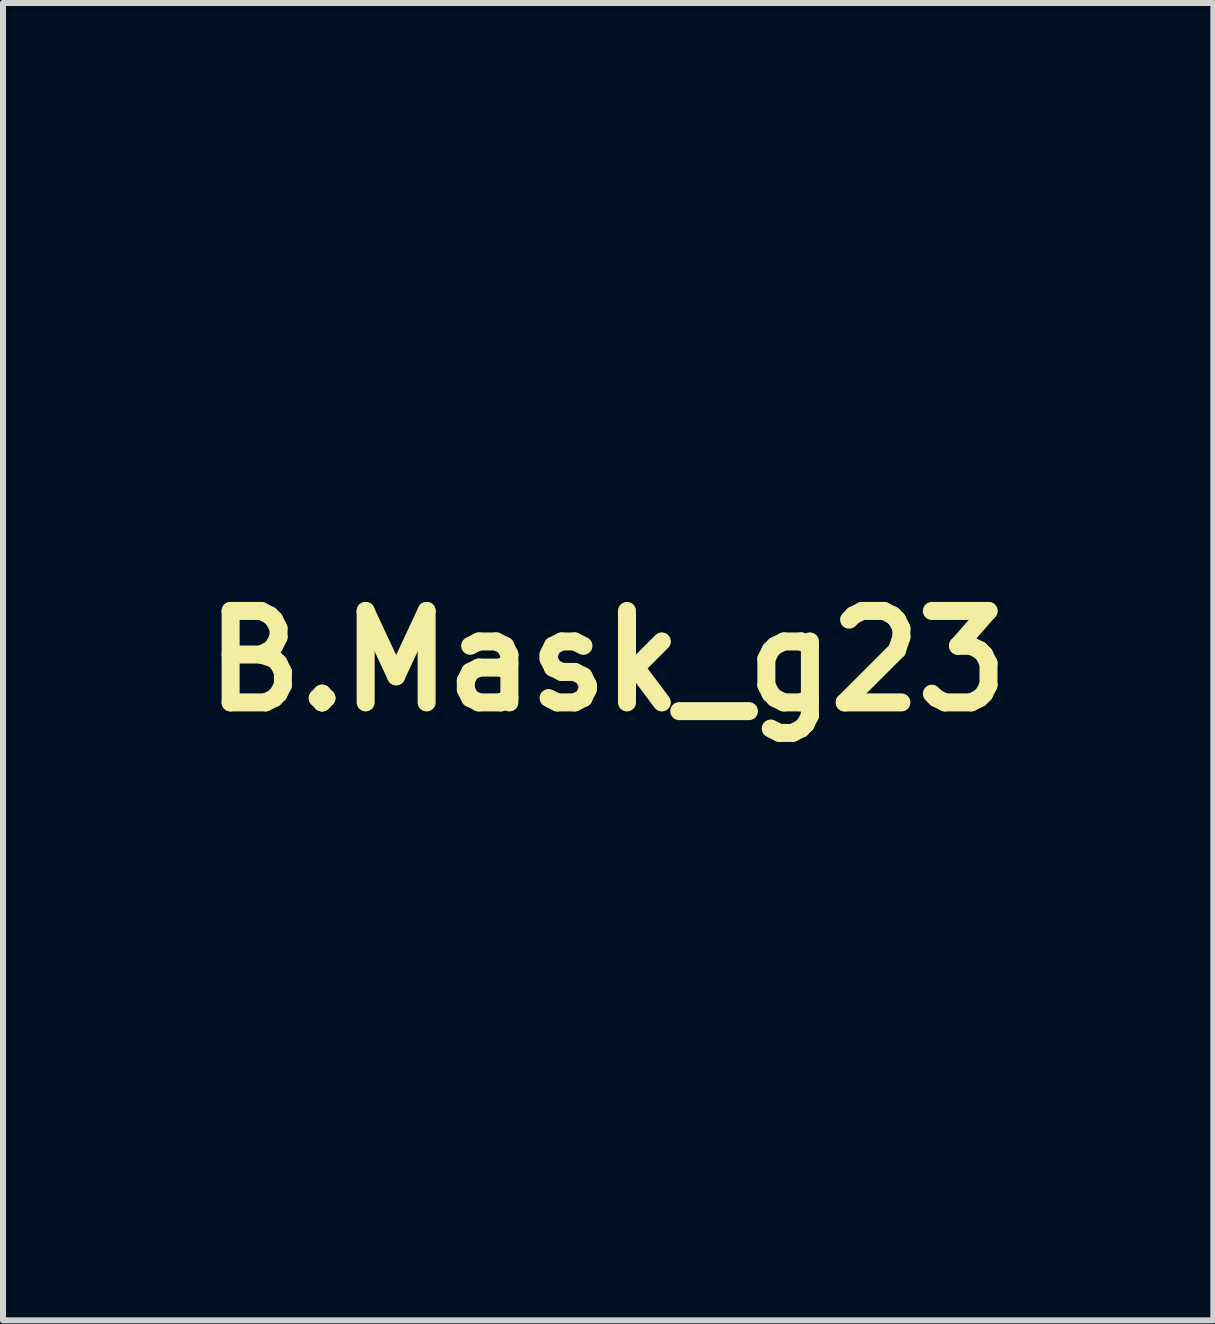
<source format=kicad_pcb>
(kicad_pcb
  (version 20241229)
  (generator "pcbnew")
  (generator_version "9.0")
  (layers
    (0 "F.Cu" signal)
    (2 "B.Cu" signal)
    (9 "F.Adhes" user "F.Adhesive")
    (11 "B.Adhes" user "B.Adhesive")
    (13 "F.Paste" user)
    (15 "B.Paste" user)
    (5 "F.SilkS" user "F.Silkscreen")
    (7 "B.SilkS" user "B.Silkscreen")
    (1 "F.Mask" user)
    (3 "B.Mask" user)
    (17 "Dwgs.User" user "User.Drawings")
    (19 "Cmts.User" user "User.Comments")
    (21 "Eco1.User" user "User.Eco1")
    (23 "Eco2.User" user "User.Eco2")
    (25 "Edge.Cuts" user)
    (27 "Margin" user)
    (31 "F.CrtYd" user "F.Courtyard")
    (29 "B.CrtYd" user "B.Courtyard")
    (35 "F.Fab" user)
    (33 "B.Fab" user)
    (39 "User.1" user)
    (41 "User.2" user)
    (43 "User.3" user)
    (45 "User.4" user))
  (footprint "B.Mask_g23"
    (layer "F.Cu")
    (at 7.07 7.964)
    (property "Reference" "B.Mask_g23" (at 0 0 0) (layer "F.SilkS") (effects (font (size 1.524 1.524) (thickness 0.3))))
    (attr through_hole)
    (fp_poly (pts (xy 1.224 -2.056) (xy 1.277 -2.01) (xy 1.306 -1.947) (xy 1.305 -1.878) (xy 1.281 -1.83) (xy 1.27 -1.807) (xy 1.262 -1.769) (xy 1.256 -1.71) (xy 1.252 -1.625) (xy 1.25 -1.509) (xy 1.25 -1.355) (xy 1.25 -1.354) (xy 1.249 -0.919) (xy 1.361 -0.809) (xy 1.431 -0.746) (xy 1.489 -0.708) (xy 1.52 -0.699) (xy 1.576 -0.68) (xy 1.629 -0.635) (xy 1.665 -0.577) (xy 1.672 -0.54) (xy 1.653 -0.477) (xy 1.606 -0.422) (xy 1.544 -0.387) (xy 1.508 -0.381) (xy 1.447 -0.395) (xy 1.401 -0.424) (xy 1.367 -0.472) (xy 1.355 -0.518) (xy 1.348 -0.539) (xy 1.441 -0.539) (xy 1.46 -0.505) (xy 1.503 -0.487) (xy 1.514 -0.487) (xy 1.554 -0.494) (xy 1.564 -0.521) (xy 1.563 -0.534) (xy 1.54 -0.575) (xy 1.499 -0.591) (xy 1.458 -0.577) (xy 1.455 -0.575) (xy 1.441 -0.539) (xy 1.348 -0.539) (xy 1.342 -0.557) (xy 1.302 -0.609) (xy 1.231 -0.68) (xy 1.206 -0.701) (xy 1.058 -0.834) (xy 1.058 -1.314) (xy 1.058 -1.473) (xy 1.057 -1.595) (xy 1.054 -1.684) (xy 1.049 -1.747) (xy 1.043 -1.787) (xy 1.034 -1.811) (xy 1.027 -1.82) (xy 1.004 -1.859) (xy 0.998 -1.894) (xy 1.094 -1.894) (xy 1.128 -1.866) (xy 1.156 -1.863) (xy 1.195 -1.872) (xy 1.206 -1.908) (xy 1.206 -1.916) (xy 1.198 -1.956) (xy 1.163 -1.968) (xy 1.155 -1.968) (xy 1.113 -1.959) (xy 1.095 -1.942) (xy 1.094 -1.894) (xy 0.998 -1.894) (xy 0.995 -1.915) (xy 0.995 -1.917) (xy 1.014 -1.986) (xy 1.063 -2.041) (xy 1.129 -2.072) (xy 1.154 -2.074) (xy 1.224 -2.056)) (stroke (width 0.01) (type solid)) (fill yes) (layer "B.Mask"))
    (fp_poly (pts (xy 0.802 -2.053) (xy 0.852 -2.011) (xy 0.882 -1.954) (xy 0.886 -1.89) (xy 0.858 -1.83) (xy 0.847 -1.808) (xy 0.839 -1.771) (xy 0.834 -1.715) (xy 0.83 -1.632) (xy 0.828 -1.519) (xy 0.828 -1.37) (xy 0.828 -1.344) (xy 0.83 -0.9) (xy 1.155 -0.587) (xy 1.28 -0.47) (xy 1.378 -0.382) (xy 1.451 -0.321) (xy 1.501 -0.286) (xy 1.531 -0.275) (xy 1.587 -0.257) (xy 1.638 -0.211) (xy 1.668 -0.152) (xy 1.672 -0.124) (xy 1.654 -0.06) (xy 1.606 -0.011) (xy 1.542 0.018) (xy 1.472 0.023) (xy 1.409 -0.000198) (xy 1.39 -0.018) (xy 1.362 -0.066) (xy 1.355 -0.1) (xy 1.339 -0.131) (xy 1.444 -0.131) (xy 1.456 -0.101) (xy 1.46 -0.095) (xy 1.502 -0.069) (xy 1.54 -0.079) (xy 1.562 -0.121) (xy 1.563 -0.122) (xy 1.554 -0.166) (xy 1.521 -0.186) (xy 1.479 -0.174) (xy 1.466 -0.163) (xy 1.444 -0.131) (xy 1.339 -0.131) (xy 1.339 -0.132) (xy 1.291 -0.191) (xy 1.212 -0.276) (xy 1.103 -0.387) (xy 0.995 -0.493) (xy 0.635 -0.842) (xy 0.635 -1.318) (xy 0.635 -1.476) (xy 0.633 -1.597) (xy 0.63 -1.686) (xy 0.626 -1.748) (xy 0.619 -1.788) (xy 0.611 -1.812) (xy 0.603 -1.82) (xy 0.577 -1.866) (xy 0.574 -1.921) (xy 0.665 -1.921) (xy 0.669 -1.897) (xy 0.697 -1.869) (xy 0.736 -1.869) (xy 0.769 -1.893) (xy 0.779 -1.918) (xy 0.769 -1.96) (xy 0.735 -1.981) (xy 0.694 -1.971) (xy 0.683 -1.962) (xy 0.665 -1.921) (xy 0.574 -1.921) (xy 0.573 -1.93) (xy 0.589 -1.994) (xy 0.614 -2.032) (xy 0.675 -2.07) (xy 0.741 -2.075) (xy 0.802 -2.053)) (stroke (width 0.01) (type solid)) (fill yes) (layer "B.Mask"))
    (fp_poly (pts (xy -5.008 -7.948) (xy -4.944 -7.909) (xy -4.941 -7.907) (xy -4.899 -7.849) (xy -4.894 -7.792) (xy -4.914 -7.74) (xy -4.933 -7.703) (xy -4.952 -7.683) (xy -4.984 -7.668) (xy -5.028 -7.653) (xy -5.072 -7.628) (xy -5.14 -7.576) (xy -5.233 -7.496) (xy -5.353 -7.387) (xy -5.495 -7.251) (xy -5.884 -6.876) (xy -5.885 0.392) (xy -6.318 0.804) (xy -6.466 0.947) (xy -6.584 1.064) (xy -6.671 1.155) (xy -6.726 1.219) (xy -6.75 1.256) (xy -6.751 1.261) (xy -6.771 1.316) (xy -6.819 1.364) (xy -6.882 1.393) (xy -6.914 1.397) (xy -6.985 1.378) (xy -7.024 1.348) (xy -7.063 1.281) (xy -7.063 1.265) (xy -6.96 1.265) (xy -6.94 1.3) (xy -6.906 1.308) (xy -6.875 1.283) (xy -6.869 1.249) (xy -6.882 1.207) (xy -6.911 1.188) (xy -6.942 1.196) (xy -6.956 1.216) (xy -6.96 1.265) (xy -7.063 1.265) (xy -7.065 1.211) (xy -7.033 1.148) (xy -6.97 1.101) (xy -6.926 1.086) (xy -6.889 1.068) (xy -6.834 1.029) (xy -6.757 0.965) (xy -6.657 0.876) (xy -6.53 0.758) (xy -6.466 0.698) (xy -6.077 0.328) (xy -6.075 -3.313) (xy -6.073 -6.953) (xy -5.645 -7.361) (xy -5.513 -7.488) (xy -5.408 -7.59) (xy -5.33 -7.67) (xy -5.274 -7.731) (xy -5.238 -7.776) (xy -5.222 -7.803) (xy -5.118 -7.803) (xy -5.106 -7.766) (xy -5.067 -7.75) (xy -5.054 -7.751) (xy -5.011 -7.775) (xy -5 -7.803) (xy -5.009 -7.845) (xy -5.043 -7.865) (xy -5.085 -7.855) (xy -5.097 -7.845) (xy -5.118 -7.803) (xy -5.222 -7.803) (xy -5.219 -7.808) (xy -5.214 -7.826) (xy -5.193 -7.891) (xy -5.143 -7.936) (xy -5.078 -7.955) (xy -5.008 -7.948)) (stroke (width 0.01) (type solid)) (fill yes) (layer "B.Mask"))
    (fp_poly (pts (xy -4.119 -7.94) (xy -4.066 -7.89) (xy -4.043 -7.815) (xy -4.043 -7.803) (xy -4.06 -7.729) (xy -4.112 -7.676) (xy -4.18 -7.65) (xy -4.22 -7.628) (xy -4.288 -7.575) (xy -4.384 -7.492) (xy -4.507 -7.379) (xy -4.641 -7.252) (xy -5.038 -6.869) (xy -5.038 0.397) (xy -5.46 0.803) (xy -5.6 0.939) (xy -5.71 1.049) (xy -5.793 1.135) (xy -5.85 1.2) (xy -5.884 1.246) (xy -5.895 1.271) (xy -5.929 1.34) (xy -5.986 1.383) (xy -6.057 1.396) (xy -6.129 1.376) (xy -6.171 1.345) (xy -6.207 1.298) (xy -6.223 1.255) (xy -6.223 1.253) (xy -6.221 1.247) (xy -6.115 1.247) (xy -6.104 1.284) (xy -6.093 1.294) (xy -6.054 1.31) (xy -6.024 1.295) (xy -6.012 1.281) (xy -5.994 1.237) (xy -6.01 1.201) (xy -6.052 1.188) (xy -6.059 1.189) (xy -6.098 1.21) (xy -6.115 1.247) (xy -6.221 1.247) (xy -6.205 1.194) (xy -6.158 1.137) (xy -6.096 1.097) (xy -6.07 1.089) (xy -6.037 1.074) (xy -5.986 1.039) (xy -5.916 0.981) (xy -5.824 0.899) (xy -5.708 0.79) (xy -5.605 0.692) (xy -5.207 0.31) (xy -5.207 -6.958) (xy -4.784 -7.365) (xy -4.644 -7.5) (xy -4.535 -7.609) (xy -4.454 -7.694) (xy -4.399 -7.757) (xy -4.368 -7.799) (xy -4.363 -7.812) (xy -4.255 -7.812) (xy -4.24 -7.764) (xy -4.206 -7.747) (xy -4.163 -7.764) (xy -4.148 -7.78) (xy -4.132 -7.812) (xy -4.151 -7.843) (xy -4.152 -7.844) (xy -4.193 -7.864) (xy -4.233 -7.854) (xy -4.254 -7.82) (xy -4.255 -7.812) (xy -4.363 -7.812) (xy -4.36 -7.819) (xy -4.341 -7.877) (xy -4.293 -7.926) (xy -4.228 -7.955) (xy -4.195 -7.959) (xy -4.119 -7.94)) (stroke (width 0.01) (type solid)) (fill yes) (layer "B.Mask"))
    (fp_poly (pts (xy -1.447 -0.96) (xy -1.386 -0.929) (xy -1.344 -0.879) (xy -1.333 -0.836) (xy -1.324 -0.81) (xy -1.295 -0.769) (xy -1.243 -0.71) (xy -1.166 -0.631) (xy -1.062 -0.528) (xy -0.974 -0.443) (xy -0.614 -0.099) (xy -0.614 0.385) (xy -0.613 0.523) (xy -0.611 0.645) (xy -0.608 0.746) (xy -0.603 0.821) (xy -0.598 0.862) (xy -0.595 0.868) (xy -0.575 0.885) (xy -0.552 0.927) (xy -0.551 0.929) (xy -0.537 0.983) (xy -0.549 1.033) (xy -0.558 1.054) (xy -0.611 1.117) (xy -0.678 1.144) (xy -0.751 1.134) (xy -0.818 1.089) (xy -0.855 1.041) (xy -0.863 0.993) (xy -0.862 0.986) (xy -0.76 0.986) (xy -0.743 1.019) (xy -0.704 1.034) (xy -0.693 1.033) (xy -0.653 1.012) (xy -0.646 0.985) (xy -0.662 0.948) (xy -0.7 0.933) (xy -0.741 0.945) (xy -0.746 0.949) (xy -0.76 0.986) (xy -0.862 0.986) (xy -0.859 0.968) (xy -0.84 0.91) (xy -0.815 0.868) (xy -0.804 0.848) (xy -0.795 0.814) (xy -0.789 0.76) (xy -0.786 0.68) (xy -0.784 0.569) (xy -0.783 0.422) (xy -0.783 0.411) (xy -0.783 -0.011) (xy -1.12 -0.333) (xy -1.248 -0.454) (xy -1.352 -0.548) (xy -1.431 -0.613) (xy -1.483 -0.649) (xy -1.502 -0.656) (xy -1.555 -0.674) (xy -1.607 -0.718) (xy -1.643 -0.774) (xy -1.651 -0.81) (xy -1.541 -0.81) (xy -1.538 -0.774) (xy -1.508 -0.762) (xy -1.495 -0.762) (xy -1.45 -0.769) (xy -1.43 -0.781) (xy -1.426 -0.816) (xy -1.431 -0.835) (xy -1.459 -0.862) (xy -1.497 -0.862) (xy -1.531 -0.837) (xy -1.541 -0.81) (xy -1.651 -0.81) (xy -1.651 -0.812) (xy -1.632 -0.881) (xy -1.581 -0.936) (xy -1.513 -0.965) (xy -1.447 -0.96)) (stroke (width 0.01) (type solid)) (fill yes) (layer "B.Mask"))
    (fp_poly (pts (xy -4.588 -7.953) (xy -4.525 -7.922) (xy -4.512 -7.91) (xy -4.473 -7.843) (xy -4.472 -7.774) (xy -4.504 -7.711) (xy -4.566 -7.664) (xy -4.609 -7.649) (xy -4.643 -7.629) (xy -4.704 -7.582) (xy -4.789 -7.509) (xy -4.894 -7.414) (xy -5.018 -7.299) (xy -5.064 -7.254) (xy -5.461 -6.874) (xy -5.461 0.393) (xy -5.895 0.812) (xy -6.028 0.942) (xy -6.14 1.054) (xy -6.227 1.145) (xy -6.289 1.214) (xy -6.323 1.258) (xy -6.329 1.272) (xy -6.347 1.33) (xy -6.393 1.372) (xy -6.456 1.393) (xy -6.525 1.39) (xy -6.586 1.361) (xy -6.6 1.348) (xy -6.639 1.281) (xy -6.64 1.249) (xy -6.538 1.249) (xy -6.526 1.286) (xy -6.516 1.294) (xy -6.477 1.311) (xy -6.448 1.295) (xy -6.437 1.283) (xy -6.422 1.241) (xy -6.438 1.204) (xy -6.477 1.189) (xy -6.485 1.19) (xy -6.523 1.211) (xy -6.538 1.249) (xy -6.64 1.249) (xy -6.641 1.212) (xy -6.609 1.15) (xy -6.548 1.104) (xy -6.495 1.086) (xy -6.461 1.072) (xy -6.411 1.036) (xy -6.34 0.978) (xy -6.247 0.895) (xy -6.129 0.785) (xy -6.04 0.701) (xy -5.652 0.328) (xy -5.652 -3.306) (xy -5.652 -6.939) (xy -5.218 -7.358) (xy -5.079 -7.493) (xy -4.969 -7.603) (xy -4.887 -7.688) (xy -4.83 -7.751) (xy -4.796 -7.796) (xy -4.788 -7.813) (xy -4.695 -7.813) (xy -4.68 -7.781) (xy -4.678 -7.779) (xy -4.637 -7.753) (xy -4.598 -7.761) (xy -4.576 -7.802) (xy -4.576 -7.803) (xy -4.586 -7.845) (xy -4.619 -7.865) (xy -4.661 -7.855) (xy -4.674 -7.844) (xy -4.695 -7.813) (xy -4.788 -7.813) (xy -4.784 -7.823) (xy -4.784 -7.826) (xy -4.766 -7.888) (xy -4.719 -7.933) (xy -4.656 -7.955) (xy -4.588 -7.953)) (stroke (width 0.01) (type solid)) (fill yes) (layer "B.Mask"))
    (fp_poly (pts (xy -1.417 -0.534) (xy -1.362 -0.492) (xy -1.335 -0.436) (xy -1.333 -0.421) (xy -1.317 -0.382) (xy -1.269 -0.322) (xy -1.193 -0.246) (xy -1.185 -0.239) (xy -1.037 -0.102) (xy -1.037 0.38) (xy -1.037 0.54) (xy -1.035 0.662) (xy -1.033 0.752) (xy -1.028 0.815) (xy -1.022 0.856) (xy -1.013 0.879) (xy -1.005 0.889) (xy -0.983 0.927) (xy -0.974 0.984) (xy -0.974 0.985) (xy -0.993 1.054) (xy -1.042 1.11) (xy -1.108 1.141) (xy -1.132 1.143) (xy -1.182 1.13) (xy -1.235 1.099) (xy -1.235 1.099) (xy -1.276 1.047) (xy -1.292 0.984) (xy -1.185 0.984) (xy -1.176 1.025) (xy -1.142 1.037) (xy -1.134 1.037) (xy -1.091 1.027) (xy -1.074 1.011) (xy -1.073 0.962) (xy -1.107 0.935) (xy -1.135 0.931) (xy -1.173 0.941) (xy -1.185 0.976) (xy -1.185 0.984) (xy -1.292 0.984) (xy -1.292 0.983) (xy -1.283 0.922) (xy -1.259 0.889) (xy -1.249 0.874) (xy -1.24 0.845) (xy -1.235 0.797) (xy -1.231 0.725) (xy -1.229 0.623) (xy -1.228 0.487) (xy -1.228 0.414) (xy -1.228 -0.034) (xy -1.349 -0.139) (xy -1.409 -0.189) (xy -1.457 -0.227) (xy -1.485 -0.245) (xy -1.486 -0.246) (xy -1.521 -0.25) (xy -1.535 -0.251) (xy -1.584 -0.274) (xy -1.627 -0.323) (xy -1.65 -0.382) (xy -1.651 -0.398) (xy -1.644 -0.423) (xy -1.542 -0.423) (xy -1.538 -0.372) (xy -1.538 -0.37) (xy -1.511 -0.342) (xy -1.496 -0.339) (xy -1.458 -0.354) (xy -1.439 -0.37) (xy -1.424 -0.404) (xy -1.439 -0.434) (xy -1.481 -0.462) (xy -1.519 -0.456) (xy -1.542 -0.423) (xy -1.644 -0.423) (xy -1.632 -0.466) (xy -1.582 -0.519) (xy -1.512 -0.548) (xy -1.486 -0.55) (xy -1.417 -0.534)) (stroke (width 0.01) (type solid)) (fill yes) (layer "B.Mask"))
    (fp_poly (pts (xy -0.903 -2.048) (xy -0.855 -2.005) (xy -0.828 -1.948) (xy -0.83 -1.883) (xy -0.857 -1.83) (xy -0.87 -1.801) (xy -0.879 -1.753) (xy -0.885 -1.679) (xy -0.888 -1.572) (xy -0.888 -1.492) (xy -0.889 -1.194) (xy -0.777 -1.084) (xy -0.665 -0.974) (xy -0.2 -0.974) (xy -0.041 -0.975) (xy 0.081 -0.977) (xy 0.171 -0.98) (xy 0.234 -0.986) (xy 0.276 -0.993) (xy 0.301 -1.003) (xy 0.306 -1.006) (xy 0.359 -1.031) (xy 0.397 -1.037) (xy 0.454 -1.019) (xy 0.507 -0.974) (xy 0.543 -0.915) (xy 0.55 -0.878) (xy 0.532 -0.811) (xy 0.484 -0.759) (xy 0.419 -0.729) (xy 0.347 -0.726) (xy 0.287 -0.752) (xy 0.266 -0.762) (xy 0.23 -0.77) (xy 0.175 -0.776) (xy 0.095 -0.78) (xy -0.015 -0.782) (xy -0.159 -0.783) (xy -0.238 -0.783) (xy -0.723 -0.783) (xy -0.826 -0.877) (xy 0.32 -0.877) (xy 0.338 -0.844) (xy 0.381 -0.826) (xy 0.392 -0.826) (xy 0.432 -0.832) (xy 0.442 -0.86) (xy 0.441 -0.873) (xy 0.418 -0.913) (xy 0.377 -0.93) (xy 0.336 -0.916) (xy 0.334 -0.914) (xy 0.32 -0.877) (xy -0.826 -0.877) (xy -0.901 -0.946) (xy -1.079 -1.11) (xy -1.079 -1.452) (xy -1.08 -1.585) (xy -1.083 -1.682) (xy -1.087 -1.748) (xy -1.095 -1.79) (xy -1.105 -1.814) (xy -1.111 -1.82) (xy -1.139 -1.868) (xy -1.14 -1.917) (xy -1.046 -1.917) (xy -1.044 -1.893) (xy -1.017 -1.868) (xy -0.979 -1.869) (xy -0.946 -1.893) (xy -0.936 -1.918) (xy -0.944 -1.961) (xy -0.976 -1.978) (xy -1.018 -1.963) (xy -1.025 -1.956) (xy -1.046 -1.917) (xy -1.14 -1.917) (xy -1.141 -1.931) (xy -1.12 -1.995) (xy -1.094 -2.028) (xy -1.03 -2.066) (xy -0.964 -2.071) (xy -0.903 -2.048)) (stroke (width 0.01) (type solid)) (fill yes) (layer "B.Mask"))
    (fp_poly (pts (xy -0.306 -0.204) (xy -0.263 -0.181) (xy -0.242 -0.17) (xy -0.207 -0.162) (xy -0.152 -0.157) (xy -0.072 -0.153) (xy 0.038 -0.15) (xy 0.182 -0.149) (xy 0.27 -0.149) (xy 0.762 -0.148) (xy 0.932 0.013) (xy 1.101 0.175) (xy 1.101 0.514) (xy 1.102 0.651) (xy 1.105 0.751) (xy 1.11 0.82) (xy 1.118 0.863) (xy 1.13 0.887) (xy 1.131 0.887) (xy 1.167 0.952) (xy 1.169 1.016) (xy 1.144 1.073) (xy 1.098 1.116) (xy 1.038 1.139) (xy 0.973 1.136) (xy 0.908 1.1) (xy 0.899 1.091) (xy 0.855 1.024) (xy 0.854 0.991) (xy 0.956 0.991) (xy 0.957 1.026) (xy 0.981 1.035) (xy 1.009 1.033) (xy 1.055 1.019) (xy 1.069 0.985) (xy 1.069 0.984) (xy 1.054 0.95) (xy 1.02 0.938) (xy 0.983 0.949) (xy 0.958 0.981) (xy 0.956 0.991) (xy 0.854 0.991) (xy 0.852 0.953) (xy 0.878 0.898) (xy 0.891 0.871) (xy 0.9 0.824) (xy 0.906 0.752) (xy 0.909 0.648) (xy 0.909 0.547) (xy 0.91 0.237) (xy 0.802 0.14) (xy 0.694 0.042) (xy 0.242 0.042) (xy 0.085 0.043) (xy -0.035 0.045) (xy -0.124 0.048) (xy -0.19 0.053) (xy -0.237 0.061) (xy -0.272 0.072) (xy -0.284 0.077) (xy -0.341 0.099) (xy -0.387 0.097) (xy -0.42 0.086) (xy -0.485 0.04) (xy -0.516 -0.025) (xy -0.514 -0.052) (xy -0.422 -0.052) (xy -0.405 -0.018) (xy -0.366 -0.003) (xy -0.355 -0.004) (xy -0.315 -0.025) (xy -0.307 -0.053) (xy -0.324 -0.089) (xy -0.362 -0.104) (xy -0.402 -0.093) (xy -0.407 -0.088) (xy -0.422 -0.052) (xy -0.514 -0.052) (xy -0.51 -0.099) (xy -0.5 -0.122) (xy -0.448 -0.184) (xy -0.38 -0.212) (xy -0.306 -0.204)) (stroke (width 0.01) (type solid)) (fill yes) (layer "B.Mask"))
    (fp_poly (pts (xy -1.338 -2.05) (xy -1.288 -2.007) (xy -1.257 -1.951) (xy -1.253 -1.888) (xy -1.28 -1.83) (xy -1.293 -1.802) (xy -1.302 -1.754) (xy -1.308 -1.68) (xy -1.311 -1.575) (xy -1.312 -1.487) (xy -1.312 -1.186) (xy -0.99 -0.869) (xy -0.667 -0.552) (xy 0.773 -0.549) (xy 1.149 -0.185) (xy 1.526 0.18) (xy 1.525 0.524) (xy 1.526 0.639) (xy 1.528 0.738) (xy 1.532 0.813) (xy 1.538 0.858) (xy 1.542 0.868) (xy 1.563 0.886) (xy 1.586 0.927) (xy 1.604 0.977) (xy 1.609 1.007) (xy 1.595 1.043) (xy 1.56 1.087) (xy 1.557 1.091) (xy 1.487 1.133) (xy 1.408 1.14) (xy 1.348 1.119) (xy 1.301 1.07) (xy 1.281 1) (xy 1.283 0.986) (xy 1.378 0.986) (xy 1.395 1.019) (xy 1.433 1.034) (xy 1.445 1.033) (xy 1.484 1.012) (xy 1.492 0.985) (xy 1.475 0.948) (xy 1.437 0.933) (xy 1.397 0.945) (xy 1.392 0.949) (xy 1.378 0.986) (xy 1.283 0.986) (xy 1.293 0.927) (xy 1.316 0.885) (xy 1.336 0.868) (xy 1.336 0.868) (xy 1.343 0.848) (xy 1.348 0.793) (xy 1.352 0.711) (xy 1.354 0.609) (xy 1.355 0.563) (xy 1.355 0.259) (xy 0.682 -0.381) (xy -0.745 -0.381) (xy -1.501 -1.111) (xy -1.502 -1.448) (xy -1.503 -1.585) (xy -1.507 -1.685) (xy -1.512 -1.753) (xy -1.521 -1.796) (xy -1.533 -1.819) (xy -1.568 -1.886) (xy -1.567 -1.918) (xy -1.477 -1.918) (xy -1.465 -1.882) (xy -1.426 -1.866) (xy -1.413 -1.866) (xy -1.37 -1.89) (xy -1.359 -1.918) (xy -1.368 -1.961) (xy -1.402 -1.98) (xy -1.444 -1.971) (xy -1.457 -1.96) (xy -1.477 -1.918) (xy -1.567 -1.918) (xy -1.566 -1.961) (xy -1.528 -2.028) (xy -1.524 -2.032) (xy -1.464 -2.069) (xy -1.399 -2.073) (xy -1.338 -2.05)) (stroke (width 0.01) (type solid)) (fill yes) (layer "B.Mask"))
    (fp_poly (pts (xy -4.101 0.577) (xy -4.08 0.596) (xy -4.045 0.665) (xy -4.046 0.735) (xy -4.08 0.797) (xy -4.143 0.837) (xy -4.164 0.843) (xy -4.197 0.859) (xy -4.25 0.896) (xy -4.324 0.958) (xy -4.421 1.045) (xy -4.544 1.16) (xy -4.633 1.246) (xy -5.038 1.634) (xy -5.038 5.516) (xy -4.515 6.032) (xy -1.224 6.032) (xy -0.802 6.439) (xy -0.662 6.573) (xy -0.548 6.679) (xy -0.459 6.757) (xy -0.393 6.811) (xy -0.348 6.842) (xy -0.322 6.852) (xy -0.253 6.877) (xy -0.21 6.924) (xy -0.192 6.984) (xy -0.199 7.047) (xy -0.23 7.103) (xy -0.284 7.142) (xy -0.349 7.154) (xy -0.425 7.139) (xy -0.466 7.112) (xy -0.498 7.064) (xy -0.508 7.022) (xy -0.519 6.996) (xy -0.527 6.985) (xy -0.399 6.985) (xy -0.395 7.036) (xy -0.395 7.038) (xy -0.368 7.066) (xy -0.353 7.07) (xy -0.315 7.055) (xy -0.296 7.038) (xy -0.281 7.004) (xy -0.296 6.974) (xy -0.338 6.946) (xy -0.376 6.953) (xy -0.399 6.985) (xy -0.527 6.985) (xy -0.553 6.951) (xy -0.611 6.885) (xy -0.696 6.797) (xy -0.81 6.684) (xy -0.909 6.588) (xy -1.309 6.202) (xy -2.956 6.201) (xy -4.604 6.2) (xy -4.905 5.906) (xy -5.207 5.611) (xy -5.205 3.573) (xy -5.203 1.535) (xy -4.782 1.133) (xy -4.644 1.001) (xy -4.537 0.895) (xy -4.457 0.812) (xy -4.402 0.751) (xy -4.37 0.709) (xy -4.36 0.683) (xy -4.36 0.683) (xy -4.359 0.677) (xy -4.251 0.677) (xy -4.248 0.728) (xy -4.247 0.73) (xy -4.22 0.758) (xy -4.205 0.762) (xy -4.167 0.747) (xy -4.149 0.73) (xy -4.133 0.696) (xy -4.149 0.667) (xy -4.19 0.639) (xy -4.228 0.645) (xy -4.251 0.677) (xy -4.359 0.677) (xy -4.342 0.62) (xy -4.296 0.574) (xy -4.232 0.55) (xy -4.163 0.549) (xy -4.101 0.577)) (stroke (width 0.01) (type solid)) (fill yes) (layer "B.Mask"))
    (fp_poly (pts (xy -0.136 -6.77) (xy 0.106 -6.534) (xy 0.106 -5.505) (xy 0.106 -4.477) (xy 0.51 -4.09) (xy 0.654 -3.955) (xy 0.769 -3.849) (xy 0.858 -3.773) (xy 0.92 -3.725) (xy 0.956 -3.705) (xy 0.962 -3.704) (xy 1.016 -3.686) (xy 1.066 -3.64) (xy 1.096 -3.583) (xy 1.1 -3.555) (xy 1.08 -3.485) (xy 1.03 -3.431) (xy 0.961 -3.402) (xy 0.9 -3.403) (xy 0.836 -3.433) (xy 0.794 -3.483) (xy 0.783 -3.526) (xy 0.773 -3.551) (xy 0.766 -3.56) (xy 0.873 -3.56) (xy 0.885 -3.53) (xy 0.889 -3.524) (xy 0.93 -3.498) (xy 0.969 -3.508) (xy 0.991 -3.55) (xy 0.991 -3.551) (xy 0.982 -3.595) (xy 0.95 -3.615) (xy 0.907 -3.603) (xy 0.894 -3.592) (xy 0.873 -3.56) (xy 0.766 -3.56) (xy 0.741 -3.594) (xy 0.686 -3.656) (xy 0.605 -3.741) (xy 0.497 -3.849) (xy 0.36 -3.983) (xy 0.349 -3.993) (xy -0.085 -4.412) (xy -0.085 -6.472) (xy -0.266 -6.644) (xy -0.447 -6.816) (xy -3.813 -6.816) (xy -4.214 -6.429) (xy -4.352 -6.294) (xy -4.46 -6.185) (xy -4.539 -6.102) (xy -4.589 -6.042) (xy -4.612 -6.005) (xy -4.614 -5.997) (xy -4.633 -5.948) (xy -4.678 -5.902) (xy -4.737 -5.87) (xy -4.777 -5.863) (xy -4.835 -5.881) (xy -4.889 -5.926) (xy -4.925 -5.983) (xy -4.932 -6.019) (xy -4.931 -6.022) (xy -4.826 -6.022) (xy -4.817 -5.981) (xy -4.783 -5.969) (xy -4.775 -5.969) (xy -4.731 -5.982) (xy -4.712 -6.003) (xy -4.708 -6.048) (xy -4.741 -6.071) (xy -4.774 -6.075) (xy -4.814 -6.066) (xy -4.826 -6.031) (xy -4.826 -6.022) (xy -4.931 -6.022) (xy -4.912 -6.088) (xy -4.861 -6.145) (xy -4.79 -6.177) (xy -4.758 -6.191) (xy -4.709 -6.226) (xy -4.64 -6.282) (xy -4.55 -6.362) (xy -4.435 -6.468) (xy -4.298 -6.599) (xy -3.873 -7.006) (xy -0.378 -7.006) (xy -0.136 -6.77)) (stroke (width 0.01) (type solid)) (fill yes) (layer "B.Mask"))
    (fp_poly (pts (xy 1.282 -4.661) (xy 1.332 -4.62) (xy 1.37 -4.569) (xy 1.381 -4.533) (xy 1.396 -4.503) (xy 1.439 -4.45) (xy 1.51 -4.373) (xy 1.611 -4.27) (xy 1.742 -4.141) (xy 1.791 -4.094) (xy 2.197 -3.704) (xy 3.485 -3.704) (xy 4.774 -3.704) (xy 5.249 -3.227) (xy 5.251 -0.349) (xy 5.253 2.529) (xy 5.643 2.9) (xy 5.78 3.029) (xy 5.89 3.129) (xy 5.976 3.203) (xy 6.039 3.252) (xy 6.083 3.279) (xy 6.098 3.284) (xy 6.176 3.315) (xy 6.219 3.37) (xy 6.231 3.442) (xy 6.214 3.517) (xy 6.168 3.57) (xy 6.105 3.596) (xy 6.035 3.591) (xy 5.972 3.554) (xy 5.933 3.502) (xy 5.913 3.453) (xy 5.907 3.441) (xy 6.013 3.441) (xy 6.03 3.474) (xy 6.069 3.489) (xy 6.08 3.489) (xy 6.12 3.468) (xy 6.128 3.44) (xy 6.111 3.404) (xy 6.073 3.388) (xy 6.032 3.4) (xy 6.027 3.404) (xy 6.013 3.441) (xy 5.907 3.441) (xy 5.896 3.42) (xy 5.852 3.366) (xy 5.78 3.288) (xy 5.679 3.186) (xy 5.548 3.058) (xy 5.481 2.994) (xy 5.06 2.593) (xy 5.059 -0.285) (xy 5.059 -3.164) (xy 4.874 -3.349) (xy 4.689 -3.535) (xy 2.112 -3.535) (xy 1.683 -3.948) (xy 1.533 -4.09) (xy 1.412 -4.202) (xy 1.319 -4.284) (xy 1.253 -4.336) (xy 1.214 -4.359) (xy 1.208 -4.36) (xy 1.145 -4.379) (xy 1.095 -4.428) (xy 1.066 -4.494) (xy 1.066 -4.51) (xy 1.166 -4.51) (xy 1.178 -4.473) (xy 1.189 -4.464) (xy 1.228 -4.447) (xy 1.258 -4.463) (xy 1.27 -4.476) (xy 1.287 -4.521) (xy 1.271 -4.556) (xy 1.229 -4.569) (xy 1.223 -4.568) (xy 1.183 -4.547) (xy 1.166 -4.51) (xy 1.066 -4.51) (xy 1.066 -4.565) (xy 1.071 -4.582) (xy 1.101 -4.617) (xy 1.154 -4.651) (xy 1.21 -4.674) (xy 1.236 -4.678) (xy 1.282 -4.661)) (stroke (width 0.01) (type solid)) (fill yes) (layer "B.Mask"))
    (fp_poly (pts (xy 4.28 2.747) (xy 4.334 2.788) (xy 4.372 2.839) (xy 4.381 2.876) (xy 4.397 2.904) (xy 4.442 2.959) (xy 4.516 3.038) (xy 4.617 3.141) (xy 4.743 3.265) (xy 4.815 3.336) (xy 5.249 3.754) (xy 5.249 5.6) (xy 4.618 6.202) (xy -0.032 6.2) (xy -0.455 5.789) (xy -0.597 5.653) (xy -0.715 5.543) (xy -0.809 5.46) (xy -0.876 5.405) (xy -0.916 5.379) (xy -0.923 5.377) (xy -0.971 5.364) (xy -1.023 5.333) (xy -1.024 5.332) (xy -1.068 5.275) (xy -1.075 5.23) (xy -0.971 5.23) (xy -0.958 5.266) (xy -0.95 5.272) (xy -0.915 5.276) (xy -0.874 5.263) (xy -0.849 5.24) (xy -0.847 5.233) (xy -0.865 5.19) (xy -0.905 5.168) (xy -0.923 5.168) (xy -0.958 5.191) (xy -0.971 5.23) (xy -1.075 5.23) (xy -1.078 5.21) (xy -1.057 5.146) (xy -1.008 5.095) (xy -0.942 5.068) (xy -0.876 5.072) (xy -0.815 5.104) (xy -0.773 5.153) (xy -0.762 5.196) (xy -0.753 5.221) (xy -0.723 5.261) (xy -0.671 5.321) (xy -0.595 5.4) (xy -0.491 5.503) (xy -0.359 5.632) (xy -0.352 5.639) (xy 0.058 6.032) (xy 4.533 6.032) (xy 5.057 5.535) (xy 5.058 4.678) (xy 5.059 3.821) (xy 4.656 3.434) (xy 4.544 3.328) (xy 4.441 3.233) (xy 4.353 3.155) (xy 4.283 3.095) (xy 4.235 3.058) (xy 4.215 3.048) (xy 4.171 3.035) (xy 4.121 3.005) (xy 4.12 3.004) (xy 4.076 2.947) (xy 4.071 2.915) (xy 4.158 2.915) (xy 4.19 2.938) (xy 4.225 2.942) (xy 4.264 2.935) (xy 4.273 2.906) (xy 4.272 2.895) (xy 4.251 2.856) (xy 4.214 2.839) (xy 4.178 2.848) (xy 4.162 2.869) (xy 4.158 2.915) (xy 4.071 2.915) (xy 4.065 2.881) (xy 4.084 2.817) (xy 4.128 2.764) (xy 4.193 2.734) (xy 4.227 2.731) (xy 4.28 2.747)) (stroke (width 0.01) (type solid)) (fill yes) (layer "B.Mask"))
    (fp_poly (pts (xy 4.713 2.747) (xy 4.768 2.79) (xy 4.801 2.846) (xy 4.805 2.871) (xy 4.821 2.901) (xy 4.868 2.958) (xy 4.946 3.042) (xy 5.054 3.152) (xy 5.192 3.288) (xy 5.239 3.332) (xy 5.673 3.75) (xy 5.673 5.603) (xy 4.607 6.625) (xy -0.014 6.625) (xy -0.443 6.215) (xy -0.582 6.083) (xy -0.695 5.979) (xy -0.784 5.9) (xy -0.853 5.843) (xy -0.905 5.805) (xy -0.944 5.784) (xy -0.955 5.78) (xy -1.03 5.743) (xy -1.071 5.685) (xy -1.079 5.625) (xy -1.075 5.609) (xy -0.971 5.609) (xy -0.967 5.66) (xy -0.966 5.662) (xy -0.939 5.69) (xy -0.924 5.694) (xy -0.886 5.679) (xy -0.868 5.662) (xy -0.852 5.628) (xy -0.868 5.599) (xy -0.909 5.571) (xy -0.948 5.577) (xy -0.971 5.609) (xy -1.075 5.609) (xy -1.061 5.563) (xy -1.013 5.516) (xy -0.948 5.488) (xy -0.877 5.485) (xy -0.817 5.51) (xy -0.786 5.55) (xy -0.765 5.602) (xy -0.752 5.632) (xy -0.721 5.676) (xy -0.668 5.736) (xy -0.592 5.815) (xy -0.491 5.917) (xy -0.36 6.043) (xy -0.351 6.051) (xy 0.048 6.435) (xy 4.542 6.435) (xy 5.012 5.986) (xy 5.482 5.538) (xy 5.482 3.816) (xy 5.082 3.432) (xy 4.957 3.314) (xy 4.849 3.214) (xy 4.76 3.136) (xy 4.693 3.081) (xy 4.651 3.052) (xy 4.64 3.048) (xy 4.595 3.035) (xy 4.544 3.005) (xy 4.543 3.004) (xy 4.499 2.947) (xy 4.491 2.899) (xy 4.594 2.899) (xy 4.606 2.937) (xy 4.62 2.948) (xy 4.671 2.947) (xy 4.706 2.913) (xy 4.707 2.909) (xy 4.703 2.871) (xy 4.673 2.838) (xy 4.634 2.827) (xy 4.624 2.829) (xy 4.601 2.856) (xy 4.594 2.899) (xy 4.491 2.899) (xy 4.488 2.881) (xy 4.506 2.816) (xy 4.55 2.764) (xy 4.616 2.734) (xy 4.649 2.731) (xy 4.713 2.747)) (stroke (width 0.01) (type solid)) (fill yes) (layer "B.Mask"))
    (fp_poly (pts (xy 5.127 2.747) (xy 5.184 2.788) (xy 5.224 2.84) (xy 5.234 2.873) (xy 5.251 2.904) (xy 5.3 2.963) (xy 5.381 3.049) (xy 5.493 3.161) (xy 5.636 3.3) (xy 5.665 3.328) (xy 6.093 3.736) (xy 6.094 4.67) (xy 6.096 5.605) (xy 5.36 6.315) (xy 4.625 7.025) (xy 2.297 7.025) (xy -0.032 7.026) (xy -0.455 6.614) (xy -0.598 6.477) (xy -0.714 6.368) (xy -0.804 6.288) (xy -0.869 6.235) (xy -0.911 6.208) (xy -0.927 6.203) (xy -0.984 6.184) (xy -1.037 6.138) (xy -1.072 6.079) (xy -1.078 6.048) (xy -0.97 6.048) (xy -0.967 6.084) (xy -0.936 6.096) (xy -0.923 6.096) (xy -0.879 6.089) (xy -0.858 6.077) (xy -0.855 6.042) (xy -0.86 6.023) (xy -0.887 5.996) (xy -0.926 5.996) (xy -0.959 6.021) (xy -0.97 6.048) (xy -1.078 6.048) (xy -1.079 6.043) (xy -1.062 5.983) (xy -1.017 5.928) (xy -0.96 5.892) (xy -0.925 5.884) (xy -0.864 5.9) (xy -0.808 5.938) (xy -0.77 5.987) (xy -0.762 6.02) (xy -0.752 6.046) (xy -0.72 6.089) (xy -0.665 6.151) (xy -0.584 6.235) (xy -0.475 6.344) (xy -0.351 6.463) (xy 0.059 6.858) (xy 2.3 6.857) (xy 4.54 6.856) (xy 5.905 5.539) (xy 5.905 3.814) (xy 5.513 3.436) (xy 5.376 3.307) (xy 5.267 3.206) (xy 5.182 3.131) (xy 5.118 3.081) (xy 5.073 3.052) (xy 5.053 3.044) (xy 4.98 3.011) (xy 4.929 2.954) (xy 4.912 2.891) (xy 5.018 2.891) (xy 5.035 2.924) (xy 5.074 2.939) (xy 5.085 2.938) (xy 5.125 2.917) (xy 5.133 2.89) (xy 5.116 2.853) (xy 5.078 2.838) (xy 5.038 2.85) (xy 5.033 2.854) (xy 5.018 2.891) (xy 4.912 2.891) (xy 4.911 2.886) (xy 4.929 2.828) (xy 4.974 2.774) (xy 5.032 2.738) (xy 5.067 2.731) (xy 5.127 2.747)) (stroke (width 0.01) (type solid)) (fill yes) (layer "B.Mask"))
    (fp_poly (pts (xy -4.587 0.556) (xy -4.524 0.588) (xy -4.512 0.599) (xy -4.479 0.651) (xy -4.466 0.701) (xy -4.485 0.76) (xy -4.531 0.813) (xy -4.592 0.846) (xy -4.609 0.85) (xy -4.638 0.866) (xy -4.692 0.909) (xy -4.768 0.973) (xy -4.861 1.056) (xy -4.967 1.154) (xy -5.057 1.238) (xy -5.458 1.619) (xy -5.46 5.535) (xy -4.989 5.984) (xy -4.519 6.433) (xy -2.879 6.434) (xy -1.238 6.436) (xy -0.807 6.848) (xy -0.656 6.99) (xy -0.534 7.102) (xy -0.44 7.184) (xy -0.374 7.236) (xy -0.335 7.259) (xy -0.329 7.26) (xy -0.266 7.278) (xy -0.221 7.324) (xy -0.197 7.387) (xy -0.198 7.454) (xy -0.227 7.515) (xy -0.246 7.534) (xy -0.321 7.572) (xy -0.392 7.568) (xy -0.456 7.526) (xy -0.493 7.476) (xy -0.509 7.43) (xy -0.401 7.43) (xy -0.388 7.458) (xy -0.349 7.472) (xy -0.306 7.459) (xy -0.287 7.435) (xy -0.29 7.396) (xy -0.32 7.365) (xy -0.362 7.356) (xy -0.372 7.359) (xy -0.397 7.387) (xy -0.401 7.43) (xy -0.509 7.43) (xy -0.51 7.427) (xy -0.51 7.425) (xy -0.523 7.397) (xy -0.56 7.349) (xy -0.624 7.279) (xy -0.715 7.186) (xy -0.837 7.068) (xy -0.907 7.001) (xy -1.301 6.625) (xy -2.942 6.625) (xy -4.583 6.624) (xy -5.117 6.112) (xy -5.652 5.6) (xy -5.651 3.578) (xy -5.651 1.556) (xy -5.218 1.143) (xy -5.077 1.008) (xy -4.966 0.898) (xy -4.883 0.813) (xy -4.826 0.75) (xy -4.794 0.707) (xy -4.789 0.695) (xy -4.698 0.695) (xy -4.688 0.716) (xy -4.67 0.73) (xy -4.622 0.749) (xy -4.586 0.735) (xy -4.572 0.696) (xy -4.587 0.655) (xy -4.624 0.641) (xy -4.667 0.659) (xy -4.674 0.665) (xy -4.698 0.695) (xy -4.789 0.695) (xy -4.784 0.683) (xy -4.766 0.62) (xy -4.719 0.576) (xy -4.655 0.554) (xy -4.587 0.556)) (stroke (width 0.01) (type solid)) (fill yes) (layer "B.Mask"))
    (fp_poly (pts (xy 1.289 -5.065) (xy 1.344 -5.027) (xy 1.376 -4.977) (xy 1.378 -4.964) (xy 1.383 -4.923) (xy 1.384 -4.913) (xy 1.399 -4.894) (xy 1.441 -4.85) (xy 1.506 -4.785) (xy 1.589 -4.703) (xy 1.686 -4.608) (xy 1.786 -4.511) (xy 2.186 -4.128) (xy 3.469 -4.127) (xy 4.752 -4.127) (xy 5.212 -3.688) (xy 5.671 -3.249) (xy 5.672 -0.367) (xy 5.673 2.515) (xy 6.066 2.893) (xy 6.203 3.023) (xy 6.313 3.124) (xy 6.399 3.199) (xy 6.463 3.25) (xy 6.508 3.278) (xy 6.526 3.284) (xy 6.601 3.317) (xy 6.649 3.372) (xy 6.664 3.439) (xy 6.645 3.508) (xy 6.616 3.546) (xy 6.548 3.59) (xy 6.476 3.592) (xy 6.406 3.554) (xy 6.367 3.511) (xy 6.35 3.465) (xy 6.35 3.464) (xy 6.34 3.441) (xy 6.436 3.441) (xy 6.453 3.474) (xy 6.492 3.489) (xy 6.503 3.489) (xy 6.543 3.468) (xy 6.551 3.44) (xy 6.534 3.404) (xy 6.496 3.388) (xy 6.456 3.4) (xy 6.451 3.404) (xy 6.436 3.441) (xy 6.34 3.441) (xy 6.339 3.438) (xy 6.304 3.392) (xy 6.244 3.325) (xy 6.157 3.235) (xy 6.042 3.12) (xy 5.916 2.998) (xy 5.482 2.579) (xy 5.478 -3.186) (xy 5.084 -3.561) (xy 4.69 -3.937) (xy 2.125 -3.937) (xy 1.694 -4.348) (xy 1.539 -4.494) (xy 1.413 -4.609) (xy 1.315 -4.694) (xy 1.246 -4.747) (xy 1.206 -4.77) (xy 1.204 -4.77) (xy 1.132 -4.801) (xy 1.08 -4.854) (xy 1.061 -4.909) (xy 1.165 -4.909) (xy 1.178 -4.882) (xy 1.218 -4.868) (xy 1.26 -4.881) (xy 1.279 -4.904) (xy 1.277 -4.947) (xy 1.248 -4.979) (xy 1.205 -4.985) (xy 1.2 -4.983) (xy 1.171 -4.953) (xy 1.165 -4.909) (xy 1.061 -4.909) (xy 1.058 -4.918) (xy 1.058 -4.922) (xy 1.077 -4.985) (xy 1.125 -5.04) (xy 1.189 -5.074) (xy 1.227 -5.08) (xy 1.289 -5.065)) (stroke (width 0.01) (type solid)) (fill yes) (layer "B.Mask"))
    (fp_poly (pts (xy 0.525 -6.551) (xy 0.528 -5.514) (xy 0.531 -4.477) (xy 0.933 -4.096) (xy 1.07 -3.966) (xy 1.181 -3.865) (xy 1.267 -3.79) (xy 1.332 -3.739) (xy 1.378 -3.71) (xy 1.402 -3.701) (xy 1.475 -3.668) (xy 1.516 -3.61) (xy 1.524 -3.561) (xy 1.506 -3.483) (xy 1.459 -3.429) (xy 1.391 -3.404) (xy 1.311 -3.414) (xy 1.298 -3.418) (xy 1.236 -3.461) (xy 1.209 -3.524) (xy 1.208 -3.539) (xy 1.313 -3.539) (xy 1.326 -3.507) (xy 1.365 -3.493) (xy 1.408 -3.513) (xy 1.415 -3.521) (xy 1.424 -3.558) (xy 1.406 -3.595) (xy 1.371 -3.615) (xy 1.347 -3.613) (xy 1.319 -3.583) (xy 1.313 -3.539) (xy 1.208 -3.539) (xy 1.206 -3.556) (xy 1.191 -3.593) (xy 1.153 -3.638) (xy 1.138 -3.652) (xy 1.103 -3.683) (xy 1.043 -3.739) (xy 0.964 -3.814) (xy 0.87 -3.904) (xy 0.767 -4.004) (xy 0.706 -4.063) (xy 0.342 -4.417) (xy 0.343 -5.442) (xy 0.344 -6.466) (xy -0.455 -7.238) (xy -2.127 -7.238) (xy -3.799 -7.238) (xy -4.199 -6.852) (xy -4.336 -6.718) (xy -4.444 -6.61) (xy -4.524 -6.525) (xy -4.58 -6.46) (xy -4.612 -6.414) (xy -4.622 -6.393) (xy -4.662 -6.324) (xy -4.719 -6.285) (xy -4.784 -6.276) (xy -4.848 -6.293) (xy -4.899 -6.336) (xy -4.928 -6.402) (xy -4.932 -6.44) (xy -4.927 -6.456) (xy -4.823 -6.456) (xy -4.819 -6.405) (xy -4.818 -6.403) (xy -4.792 -6.375) (xy -4.776 -6.371) (xy -4.739 -6.386) (xy -4.72 -6.403) (xy -4.704 -6.437) (xy -4.72 -6.466) (xy -4.762 -6.494) (xy -4.8 -6.488) (xy -4.823 -6.456) (xy -4.927 -6.456) (xy -4.914 -6.501) (xy -4.868 -6.553) (xy -4.81 -6.581) (xy -4.793 -6.583) (xy -4.768 -6.59) (xy -4.729 -6.615) (xy -4.674 -6.659) (xy -4.599 -6.724) (xy -4.502 -6.814) (xy -4.379 -6.931) (xy -4.312 -6.995) (xy -3.884 -7.407) (xy -2.127 -7.408) (xy -0.37 -7.408) (xy 0.525 -6.551)) (stroke (width 0.01) (type solid)) (fill yes) (layer "B.Mask"))
    (fp_poly (pts (xy 1.962 1.533) (xy 1.988 1.559) (xy 2.027 1.633) (xy 2.024 1.705) (xy 2.001 1.747) (xy 1.993 1.764) (xy 1.986 1.793) (xy 1.981 1.839) (xy 1.976 1.904) (xy 1.973 1.994) (xy 1.971 2.112) (xy 1.97 2.262) (xy 1.969 2.448) (xy 1.969 2.562) (xy 1.968 3.335) (xy 2.08 3.446) (xy 2.192 3.556) (xy 2.996 3.555) (xy 3.207 3.555) (xy 3.38 3.554) (xy 3.518 3.552) (xy 3.626 3.55) (xy 3.707 3.547) (xy 3.765 3.542) (xy 3.805 3.537) (xy 3.83 3.53) (xy 3.841 3.524) (xy 3.91 3.495) (xy 3.986 3.502) (xy 4.054 3.544) (xy 4.054 3.544) (xy 4.099 3.613) (xy 4.104 3.681) (xy 4.07 3.743) (xy 4.02 3.779) (xy 3.955 3.806) (xy 3.905 3.804) (xy 3.862 3.779) (xy 3.845 3.771) (xy 3.817 3.764) (xy 3.774 3.759) (xy 3.71 3.755) (xy 3.624 3.752) (xy 3.51 3.75) (xy 3.365 3.748) (xy 3.185 3.748) (xy 2.978 3.747) (xy 2.135 3.747) (xy 2.028 3.648) (xy 3.878 3.648) (xy 3.89 3.685) (xy 3.929 3.701) (xy 3.942 3.7) (xy 3.985 3.677) (xy 3.996 3.649) (xy 3.987 3.606) (xy 3.953 3.587) (xy 3.911 3.596) (xy 3.899 3.606) (xy 3.878 3.648) (xy 2.028 3.648) (xy 1.956 3.582) (xy 1.778 3.418) (xy 1.778 2.601) (xy 1.778 2.389) (xy 1.777 2.217) (xy 1.776 2.078) (xy 1.774 1.971) (xy 1.771 1.89) (xy 1.767 1.832) (xy 1.762 1.793) (xy 1.755 1.77) (xy 1.747 1.757) (xy 1.746 1.757) (xy 1.72 1.711) (xy 1.717 1.657) (xy 1.808 1.657) (xy 1.812 1.68) (xy 1.84 1.708) (xy 1.879 1.708) (xy 1.912 1.684) (xy 1.922 1.659) (xy 1.912 1.617) (xy 1.878 1.597) (xy 1.837 1.606) (xy 1.826 1.615) (xy 1.808 1.657) (xy 1.717 1.657) (xy 1.716 1.647) (xy 1.732 1.583) (xy 1.757 1.545) (xy 1.821 1.508) (xy 1.894 1.504) (xy 1.962 1.533)) (stroke (width 0.01) (type solid)) (fill yes) (layer "B.Mask"))
    (fp_poly (pts (xy 0.951 -6.551) (xy 0.952 -5.521) (xy 0.953 -4.491) (xy 1.356 -4.103) (xy 1.502 -3.964) (xy 1.62 -3.856) (xy 1.711 -3.776) (xy 1.777 -3.726) (xy 1.817 -3.703) (xy 1.821 -3.702) (xy 1.896 -3.675) (xy 1.935 -3.629) (xy 1.947 -3.557) (xy 1.93 -3.478) (xy 1.883 -3.424) (xy 1.814 -3.4) (xy 1.737 -3.412) (xy 1.672 -3.454) (xy 1.635 -3.515) (xy 1.631 -3.546) (xy 1.614 -3.576) (xy 1.613 -3.577) (xy 1.739 -3.577) (xy 1.743 -3.526) (xy 1.743 -3.524) (xy 1.77 -3.496) (xy 1.785 -3.493) (xy 1.823 -3.507) (xy 1.841 -3.524) (xy 1.857 -3.558) (xy 1.841 -3.588) (xy 1.8 -3.616) (xy 1.762 -3.61) (xy 1.739 -3.577) (xy 1.613 -3.577) (xy 1.567 -3.633) (xy 1.489 -3.715) (xy 1.382 -3.823) (xy 1.246 -3.955) (xy 1.208 -3.991) (xy 0.786 -4.392) (xy 0.785 -5.42) (xy 0.783 -6.449) (xy 0.513 -6.713) (xy 0.411 -6.813) (xy 0.288 -6.932) (xy 0.155 -7.061) (xy 0.023 -7.189) (xy -0.1 -7.307) (xy -0.102 -7.309) (xy -0.447 -7.641) (xy -2.127 -7.641) (xy -3.807 -7.641) (xy -4.205 -7.258) (xy -4.347 -7.12) (xy -4.459 -7.007) (xy -4.541 -6.92) (xy -4.591 -6.859) (xy -4.61 -6.825) (xy -4.61 -6.825) (xy -4.636 -6.769) (xy -4.688 -6.721) (xy -4.751 -6.692) (xy -4.777 -6.689) (xy -4.835 -6.707) (xy -4.889 -6.752) (xy -4.925 -6.811) (xy -4.931 -6.842) (xy -4.822 -6.842) (xy -4.819 -6.806) (xy -4.788 -6.795) (xy -4.776 -6.795) (xy -4.731 -6.801) (xy -4.711 -6.814) (xy -4.707 -6.848) (xy -4.712 -6.868) (xy -4.74 -6.895) (xy -4.778 -6.894) (xy -4.811 -6.869) (xy -4.822 -6.842) (xy -4.931 -6.842) (xy -4.932 -6.847) (xy -4.914 -6.906) (xy -4.871 -6.961) (xy -4.815 -6.998) (xy -4.779 -7.006) (xy -4.751 -7.018) (xy -4.702 -7.053) (xy -4.63 -7.113) (xy -4.533 -7.199) (xy -4.41 -7.314) (xy -4.299 -7.419) (xy -3.868 -7.832) (xy -0.387 -7.832) (xy 0.951 -6.551)) (stroke (width 0.01) (type solid)) (fill yes) (layer "B.Mask"))
    (fp_poly (pts (xy 1.067 1.51) (xy 1.122 1.545) (xy 1.162 1.612) (xy 1.166 1.686) (xy 1.134 1.754) (xy 1.131 1.758) (xy 1.122 1.774) (xy 1.116 1.803) (xy 1.111 1.851) (xy 1.107 1.92) (xy 1.104 2.014) (xy 1.102 2.138) (xy 1.101 2.295) (xy 1.101 2.489) (xy 1.101 2.563) (xy 1.101 3.335) (xy 1.646 3.857) (xy 2.191 4.38) (xy 2.995 4.38) (xy 3.206 4.38) (xy 3.379 4.379) (xy 3.517 4.378) (xy 3.625 4.375) (xy 3.706 4.372) (xy 3.765 4.368) (xy 3.805 4.362) (xy 3.829 4.355) (xy 3.841 4.349) (xy 3.91 4.32) (xy 3.985 4.324) (xy 4.049 4.359) (xy 4.062 4.374) (xy 4.093 4.42) (xy 4.106 4.456) (xy 4.106 4.457) (xy 4.089 4.523) (xy 4.047 4.583) (xy 4.008 4.612) (xy 3.961 4.63) (xy 3.926 4.63) (xy 3.881 4.614) (xy 3.839 4.591) (xy 3.821 4.573) (xy 3.799 4.567) (xy 3.739 4.562) (xy 3.64 4.557) (xy 3.502 4.554) (xy 3.325 4.552) (xy 3.106 4.551) (xy 2.957 4.55) (xy 2.106 4.55) (xy 2.027 4.474) (xy 3.878 4.474) (xy 3.89 4.51) (xy 3.929 4.527) (xy 3.942 4.526) (xy 3.985 4.502) (xy 3.996 4.474) (xy 3.987 4.432) (xy 3.953 4.412) (xy 3.911 4.422) (xy 3.899 4.432) (xy 3.878 4.474) (xy 2.027 4.474) (xy 1.508 3.976) (xy 0.91 3.403) (xy 0.909 2.596) (xy 0.909 2.384) (xy 0.908 2.211) (xy 0.907 2.072) (xy 0.904 1.964) (xy 0.901 1.882) (xy 0.897 1.824) (xy 0.891 1.784) (xy 0.884 1.759) (xy 0.878 1.747) (xy 0.85 1.683) (xy 0.851 1.674) (xy 0.953 1.674) (xy 0.967 1.7) (xy 1.005 1.715) (xy 1.049 1.705) (xy 1.072 1.681) (xy 1.07 1.64) (xy 1.04 1.607) (xy 0.998 1.597) (xy 0.988 1.6) (xy 0.959 1.63) (xy 0.953 1.674) (xy 0.851 1.674) (xy 0.857 1.62) (xy 0.89 1.565) (xy 0.941 1.524) (xy 1.003 1.504) (xy 1.067 1.51)) (stroke (width 0.01) (type solid)) (fill yes) (layer "B.Mask"))
    (fp_poly (pts (xy -4.99 0.56) (xy -4.939 0.601) (xy -4.905 0.65) (xy -4.89 0.693) (xy -4.889 0.697) (xy -4.906 0.75) (xy -4.945 0.802) (xy -4.995 0.839) (xy -5.026 0.847) (xy -5.054 0.858) (xy -5.104 0.893) (xy -5.177 0.954) (xy -5.274 1.041) (xy -5.398 1.156) (xy -5.479 1.233) (xy -5.883 1.619) (xy -5.884 3.579) (xy -5.884 5.539) (xy -5.741 5.674) (xy -5.692 5.721) (xy -5.617 5.793) (xy -5.521 5.885) (xy -5.408 5.993) (xy -5.284 6.112) (xy -5.153 6.239) (xy -5.054 6.334) (xy -4.509 6.858) (xy -1.224 6.858) (xy -0.811 7.255) (xy -0.662 7.397) (xy -0.54 7.509) (xy -0.446 7.591) (xy -0.378 7.644) (xy -0.335 7.668) (xy -0.332 7.669) (xy -0.249 7.705) (xy -0.203 7.759) (xy -0.191 7.824) (xy -0.208 7.903) (xy -0.258 7.956) (xy -0.334 7.979) (xy -0.349 7.98) (xy -0.425 7.965) (xy -0.466 7.938) (xy -0.498 7.889) (xy -0.508 7.846) (xy -0.517 7.821) (xy -0.521 7.816) (xy -0.412 7.816) (xy -0.407 7.856) (xy -0.402 7.863) (xy -0.358 7.893) (xy -0.314 7.881) (xy -0.299 7.866) (xy -0.284 7.824) (xy -0.3 7.785) (xy -0.338 7.768) (xy -0.338 7.768) (xy -0.386 7.782) (xy -0.412 7.816) (xy -0.521 7.816) (xy -0.547 7.78) (xy -0.6 7.72) (xy -0.677 7.639) (xy -0.782 7.535) (xy -0.908 7.412) (xy -1.309 7.027) (xy -4.593 7.027) (xy -5.334 6.314) (xy -6.075 5.602) (xy -6.075 3.579) (xy -6.075 1.556) (xy -5.653 1.148) (xy -5.511 1.01) (xy -5.399 0.898) (xy -5.316 0.81) (xy -5.259 0.744) (xy -5.227 0.699) (xy -5.22 0.684) (xy -5.113 0.684) (xy -5.104 0.726) (xy -5.099 0.733) (xy -5.068 0.759) (xy -5.034 0.752) (xy -5.02 0.743) (xy -4.998 0.71) (xy -5.006 0.671) (xy -5.038 0.643) (xy -5.051 0.639) (xy -5.093 0.649) (xy -5.113 0.684) (xy -5.22 0.684) (xy -5.218 0.68) (xy -5.184 0.606) (xy -5.128 0.559) (xy -5.06 0.543) (xy -4.99 0.56)) (stroke (width 0.01) (type solid)) (fill yes) (layer "B.Mask"))
    (fp_poly (pts (xy 1.498 1.515) (xy 1.557 1.555) (xy 1.6 1.616) (xy 1.602 1.677) (xy 1.566 1.741) (xy 1.555 1.757) (xy 1.546 1.776) (xy 1.539 1.802) (xy 1.534 1.841) (xy 1.53 1.896) (xy 1.528 1.971) (xy 1.526 2.071) (xy 1.525 2.201) (xy 1.525 2.364) (xy 1.525 2.565) (xy 1.527 3.334) (xy 2.199 3.979) (xy 2.996 3.979) (xy 3.201 3.979) (xy 3.368 3.979) (xy 3.501 3.978) (xy 3.604 3.976) (xy 3.683 3.974) (xy 3.74 3.97) (xy 3.781 3.965) (xy 3.808 3.958) (xy 3.828 3.95) (xy 3.844 3.939) (xy 3.847 3.937) (xy 3.901 3.907) (xy 3.951 3.895) (xy 4.01 3.913) (xy 4.064 3.958) (xy 4.099 4.017) (xy 4.106 4.053) (xy 4.088 4.121) (xy 4.04 4.173) (xy 3.975 4.203) (xy 3.903 4.206) (xy 3.843 4.18) (xy 3.827 4.172) (xy 3.799 4.165) (xy 3.755 4.16) (xy 3.692 4.156) (xy 3.606 4.153) (xy 3.493 4.151) (xy 3.348 4.15) (xy 3.169 4.149) (xy 2.959 4.149) (xy 2.115 4.149) (xy 2.017 4.054) (xy 3.876 4.054) (xy 3.894 4.088) (xy 3.937 4.106) (xy 3.948 4.106) (xy 3.988 4.1) (xy 3.998 4.072) (xy 3.997 4.059) (xy 3.974 4.018) (xy 3.933 4.002) (xy 3.892 4.016) (xy 3.89 4.018) (xy 3.876 4.054) (xy 2.017 4.054) (xy 1.355 3.418) (xy 1.355 2.608) (xy 1.355 2.401) (xy 1.354 2.232) (xy 1.353 2.098) (xy 1.352 1.992) (xy 1.349 1.912) (xy 1.346 1.854) (xy 1.341 1.812) (xy 1.334 1.782) (xy 1.326 1.761) (xy 1.315 1.744) (xy 1.311 1.738) (xy 1.281 1.671) (xy 1.282 1.657) (xy 1.382 1.657) (xy 1.392 1.695) (xy 1.432 1.714) (xy 1.439 1.714) (xy 1.481 1.7) (xy 1.496 1.681) (xy 1.492 1.641) (xy 1.474 1.613) (xy 1.444 1.59) (xy 1.42 1.599) (xy 1.405 1.613) (xy 1.382 1.657) (xy 1.282 1.657) (xy 1.286 1.608) (xy 1.317 1.556) (xy 1.368 1.519) (xy 1.431 1.503) (xy 1.498 1.515)) (stroke (width 0.01) (type solid)) (fill yes) (layer "B.Mask"))
    (fp_poly (pts (xy 1.287 -5.478) (xy 1.345 -5.437) (xy 1.379 -5.37) (xy 1.383 -5.354) (xy 1.401 -5.321) (xy 1.451 -5.262) (xy 1.529 -5.177) (xy 1.636 -5.069) (xy 1.769 -4.938) (xy 1.791 -4.917) (xy 2.191 -4.531) (xy 3.482 -4.529) (xy 4.773 -4.527) (xy 6.096 -3.249) (xy 6.096 -0.369) (xy 6.096 2.511) (xy 6.496 2.896) (xy 6.62 3.013) (xy 6.727 3.112) (xy 6.816 3.191) (xy 6.884 3.247) (xy 6.926 3.276) (xy 6.938 3.281) (xy 7.003 3.3) (xy 7.057 3.348) (xy 7.088 3.413) (xy 7.091 3.44) (xy 7.072 3.509) (xy 7.023 3.566) (xy 6.956 3.596) (xy 6.932 3.598) (xy 6.883 3.586) (xy 6.829 3.555) (xy 6.829 3.554) (xy 6.789 3.508) (xy 6.773 3.462) (xy 6.773 3.461) (xy 6.873 3.461) (xy 6.907 3.489) (xy 6.934 3.493) (xy 6.973 3.483) (xy 6.985 3.447) (xy 6.985 3.44) (xy 6.976 3.399) (xy 6.942 3.387) (xy 6.934 3.387) (xy 6.891 3.396) (xy 6.873 3.413) (xy 6.873 3.461) (xy 6.773 3.461) (xy 6.764 3.437) (xy 6.735 3.397) (xy 6.684 3.338) (xy 6.609 3.259) (xy 6.507 3.157) (xy 6.376 3.03) (xy 6.339 2.995) (xy 5.905 2.577) (xy 5.905 -3.193) (xy 5.824 -3.263) (xy 5.789 -3.295) (xy 5.729 -3.351) (xy 5.646 -3.43) (xy 5.545 -3.526) (xy 5.431 -3.635) (xy 5.308 -3.754) (xy 5.212 -3.847) (xy 4.681 -4.36) (xy 2.106 -4.361) (xy 1.683 -4.773) (xy 1.551 -4.9) (xy 1.445 -5) (xy 1.362 -5.076) (xy 1.299 -5.129) (xy 1.253 -5.163) (xy 1.221 -5.181) (xy 1.203 -5.185) (xy 1.14 -5.205) (xy 1.092 -5.253) (xy 1.066 -5.317) (xy 1.066 -5.334) (xy 1.167 -5.334) (xy 1.179 -5.297) (xy 1.189 -5.289) (xy 1.228 -5.272) (xy 1.257 -5.288) (xy 1.268 -5.3) (xy 1.283 -5.342) (xy 1.267 -5.379) (xy 1.228 -5.394) (xy 1.22 -5.393) (xy 1.182 -5.372) (xy 1.167 -5.334) (xy 1.066 -5.334) (xy 1.068 -5.384) (xy 1.087 -5.423) (xy 1.147 -5.473) (xy 1.218 -5.491) (xy 1.287 -5.478)) (stroke (width 0.01) (type solid)) (fill yes) (layer "B.Mask"))
    (fp_poly (pts (xy -1.755 -5.467) (xy -1.703 -5.408) (xy -1.692 -5.383) (xy -1.683 -5.336) (xy -1.698 -5.286) (xy -1.716 -5.253) (xy -1.727 -5.232) (xy -1.737 -5.21) (xy -1.744 -5.183) (xy -1.749 -5.145) (xy -1.753 -5.094) (xy -1.756 -5.023) (xy -1.757 -4.93) (xy -1.757 -4.809) (xy -1.756 -4.657) (xy -1.754 -4.468) (xy -1.754 -4.375) (xy -1.746 -3.574) (xy -1.916 -3.418) (xy -2.085 -3.261) (xy -2.742 -3.26) (xy -3.069 -3.589) (xy -3.069 -4.391) (xy -3.069 -4.602) (xy -3.07 -4.775) (xy -3.072 -4.914) (xy -3.074 -5.021) (xy -3.077 -5.102) (xy -3.082 -5.159) (xy -3.087 -5.197) (xy -3.094 -5.219) (xy -3.099 -5.226) (xy -3.14 -5.297) (xy -3.14 -5.365) (xy -3.04 -5.365) (xy -3.038 -5.327) (xy -3.015 -5.288) (xy -2.985 -5.271) (xy -2.985 -5.271) (xy -2.959 -5.285) (xy -2.942 -5.302) (xy -2.926 -5.346) (xy -2.943 -5.383) (xy -2.985 -5.397) (xy -3.026 -5.384) (xy -3.04 -5.365) (xy -3.14 -5.365) (xy -3.14 -5.369) (xy -3.106 -5.43) (xy -3.04 -5.479) (xy -2.967 -5.49) (xy -2.897 -5.462) (xy -2.865 -5.432) (xy -2.824 -5.367) (xy -2.821 -5.308) (xy -2.858 -5.243) (xy -2.858 -5.242) (xy -2.87 -5.227) (xy -2.879 -5.209) (xy -2.886 -5.185) (xy -2.891 -5.15) (xy -2.894 -5.099) (xy -2.896 -5.029) (xy -2.896 -4.935) (xy -2.894 -4.812) (xy -2.892 -4.657) (xy -2.889 -4.465) (xy -2.888 -4.419) (xy -2.874 -3.651) (xy -2.766 -3.54) (xy -2.658 -3.429) (xy -2.414 -3.43) (xy -2.17 -3.431) (xy -2.048 -3.545) (xy -1.926 -3.66) (xy -1.926 -4.425) (xy -1.926 -4.625) (xy -1.927 -4.788) (xy -1.928 -4.917) (xy -1.929 -5.017) (xy -1.932 -5.091) (xy -1.936 -5.146) (xy -1.942 -5.184) (xy -1.949 -5.21) (xy -1.958 -5.229) (xy -1.968 -5.244) (xy -2.005 -5.316) (xy -2.004 -5.347) (xy -1.902 -5.347) (xy -1.895 -5.306) (xy -1.882 -5.29) (xy -1.841 -5.285) (xy -1.802 -5.305) (xy -1.782 -5.339) (xy -1.782 -5.351) (xy -1.805 -5.38) (xy -1.845 -5.388) (xy -1.884 -5.374) (xy -1.902 -5.347) (xy -2.004 -5.347) (xy -2.003 -5.387) (xy -1.969 -5.439) (xy -1.899 -5.485) (xy -1.824 -5.493) (xy -1.755 -5.467)) (stroke (width 0.01) (type solid)) (fill yes) (layer "B.Mask"))
    (fp_poly (pts (xy -0.915 -5.474) (xy -0.913 -5.473) (xy -0.858 -5.427) (xy -0.827 -5.367) (xy -0.825 -5.304) (xy -0.853 -5.253) (xy -0.857 -5.249) (xy -0.865 -5.238) (xy -0.872 -5.215) (xy -0.877 -5.177) (xy -0.882 -5.121) (xy -0.885 -5.042) (xy -0.887 -4.937) (xy -0.888 -4.801) (xy -0.889 -4.631) (xy -0.889 -4.423) (xy -0.889 -4.403) (xy -0.889 -3.582) (xy -1.487 -3.008) (xy -2.085 -2.434) (xy -2.413 -2.435) (xy -2.741 -2.436) (xy -3.339 -3.011) (xy -3.937 -3.587) (xy -3.937 -4.405) (xy -3.937 -4.616) (xy -3.938 -4.789) (xy -3.939 -4.927) (xy -3.941 -5.035) (xy -3.944 -5.116) (xy -3.948 -5.174) (xy -3.953 -5.213) (xy -3.96 -5.236) (xy -3.968 -5.249) (xy -3.969 -5.249) (xy -3.995 -5.296) (xy -3.998 -5.343) (xy -3.908 -5.343) (xy -3.895 -5.317) (xy -3.885 -5.306) (xy -3.842 -5.283) (xy -3.806 -5.294) (xy -3.789 -5.334) (xy -3.789 -5.337) (xy -3.805 -5.378) (xy -3.842 -5.392) (xy -3.884 -5.375) (xy -3.887 -5.372) (xy -3.908 -5.343) (xy -3.998 -5.343) (xy -3.999 -5.358) (xy -3.981 -5.42) (xy -3.957 -5.451) (xy -3.894 -5.485) (xy -3.82 -5.49) (xy -3.753 -5.468) (xy -3.723 -5.442) (xy -3.692 -5.381) (xy -3.685 -5.315) (xy -3.704 -5.261) (xy -3.715 -5.249) (xy -3.723 -5.237) (xy -3.73 -5.215) (xy -3.735 -5.177) (xy -3.739 -5.12) (xy -3.742 -5.04) (xy -3.744 -4.933) (xy -3.745 -4.795) (xy -3.746 -4.622) (xy -3.746 -4.437) (xy -3.745 -3.651) (xy -3.201 -3.128) (xy -2.656 -2.606) (xy -2.413 -2.605) (xy -2.17 -2.604) (xy -1.625 -3.126) (xy -1.079 -3.648) (xy -1.08 -4.422) (xy -1.081 -4.63) (xy -1.082 -4.798) (xy -1.083 -4.933) (xy -1.086 -5.037) (xy -1.089 -5.114) (xy -1.094 -5.17) (xy -1.1 -5.207) (xy -1.107 -5.23) (xy -1.112 -5.238) (xy -1.143 -5.307) (xy -1.142 -5.338) (xy -1.054 -5.338) (xy -1.041 -5.308) (xy -1.037 -5.302) (xy -0.996 -5.276) (xy -0.957 -5.286) (xy -0.935 -5.328) (xy -0.935 -5.329) (xy -0.944 -5.373) (xy -0.976 -5.393) (xy -1.019 -5.381) (xy -1.032 -5.37) (xy -1.054 -5.338) (xy -1.142 -5.338) (xy -1.14 -5.375) (xy -1.108 -5.435) (xy -1.056 -5.476) (xy -0.989 -5.492) (xy -0.915 -5.474)) (stroke (width 0.01) (type solid)) (fill yes) (layer "B.Mask"))
    (fp_poly (pts (xy -1.335 -5.472) (xy -1.282 -5.419) (xy -1.268 -5.393) (xy -1.252 -5.34) (xy -1.262 -5.295) (xy -1.277 -5.266) (xy -1.286 -5.246) (xy -1.293 -5.219) (xy -1.299 -5.181) (xy -1.304 -5.128) (xy -1.307 -5.055) (xy -1.31 -4.958) (xy -1.311 -4.833) (xy -1.312 -4.676) (xy -1.312 -4.483) (xy -1.312 -4.395) (xy -1.312 -3.586) (xy -2.092 -2.836) (xy -2.406 -2.837) (xy -2.72 -2.837) (xy -2.805 -2.915) (xy -2.847 -2.954) (xy -2.913 -3.017) (xy -2.996 -3.096) (xy -3.091 -3.187) (xy -3.188 -3.281) (xy -3.487 -3.57) (xy -3.498 -4.386) (xy -3.501 -4.597) (xy -3.503 -4.77) (xy -3.506 -4.908) (xy -3.51 -5.017) (xy -3.514 -5.099) (xy -3.519 -5.159) (xy -3.525 -5.202) (xy -3.532 -5.23) (xy -3.541 -5.249) (xy -3.543 -5.252) (xy -3.571 -5.32) (xy -3.57 -5.334) (xy -3.469 -5.334) (xy -3.457 -5.297) (xy -3.447 -5.289) (xy -3.408 -5.272) (xy -3.378 -5.288) (xy -3.368 -5.3) (xy -3.353 -5.342) (xy -3.369 -5.379) (xy -3.408 -5.394) (xy -3.416 -5.393) (xy -3.454 -5.372) (xy -3.469 -5.334) (xy -3.57 -5.334) (xy -3.566 -5.384) (xy -3.533 -5.438) (xy -3.482 -5.475) (xy -3.419 -5.492) (xy -3.353 -5.483) (xy -3.292 -5.441) (xy -3.282 -5.43) (xy -3.257 -5.371) (xy -3.257 -5.301) (xy -3.282 -5.239) (xy -3.288 -5.232) (xy -3.297 -5.218) (xy -3.305 -5.197) (xy -3.311 -5.164) (xy -3.315 -5.114) (xy -3.318 -5.045) (xy -3.321 -4.95) (xy -3.322 -4.828) (xy -3.323 -4.672) (xy -3.323 -4.48) (xy -3.323 -4.419) (xy -3.323 -4.239) (xy -3.321 -4.074) (xy -3.319 -3.929) (xy -3.316 -3.808) (xy -3.313 -3.716) (xy -3.309 -3.658) (xy -3.304 -3.637) (xy -3.284 -3.621) (xy -3.238 -3.579) (xy -3.172 -3.518) (xy -3.09 -3.44) (xy -2.997 -3.35) (xy -2.975 -3.328) (xy -2.665 -3.027) (xy -2.155 -3.027) (xy -1.83 -3.339) (xy -1.504 -3.651) (xy -1.504 -4.427) (xy -1.504 -4.634) (xy -1.504 -4.803) (xy -1.506 -4.937) (xy -1.508 -5.041) (xy -1.511 -5.117) (xy -1.516 -5.17) (xy -1.522 -5.204) (xy -1.529 -5.222) (xy -1.533 -5.226) (xy -1.571 -5.282) (xy -1.576 -5.349) (xy -1.57 -5.365) (xy -1.474 -5.365) (xy -1.472 -5.327) (xy -1.449 -5.288) (xy -1.418 -5.271) (xy -1.418 -5.271) (xy -1.393 -5.285) (xy -1.376 -5.302) (xy -1.359 -5.346) (xy -1.377 -5.383) (xy -1.418 -5.397) (xy -1.459 -5.384) (xy -1.474 -5.365) (xy -1.57 -5.365) (xy -1.551 -5.415) (xy -1.499 -5.47) (xy -1.471 -5.486) (xy -1.403 -5.496) (xy -1.335 -5.472)) (stroke (width 0.01) (type solid)) (fill yes) (layer "B.Mask")))
  (gr_rect
    (start -3 -3)
    (end 17.166 18.949)
    (stroke (width 0.1) (type default))
    (fill no)
    (layer "Edge.Cuts")))
</source>
